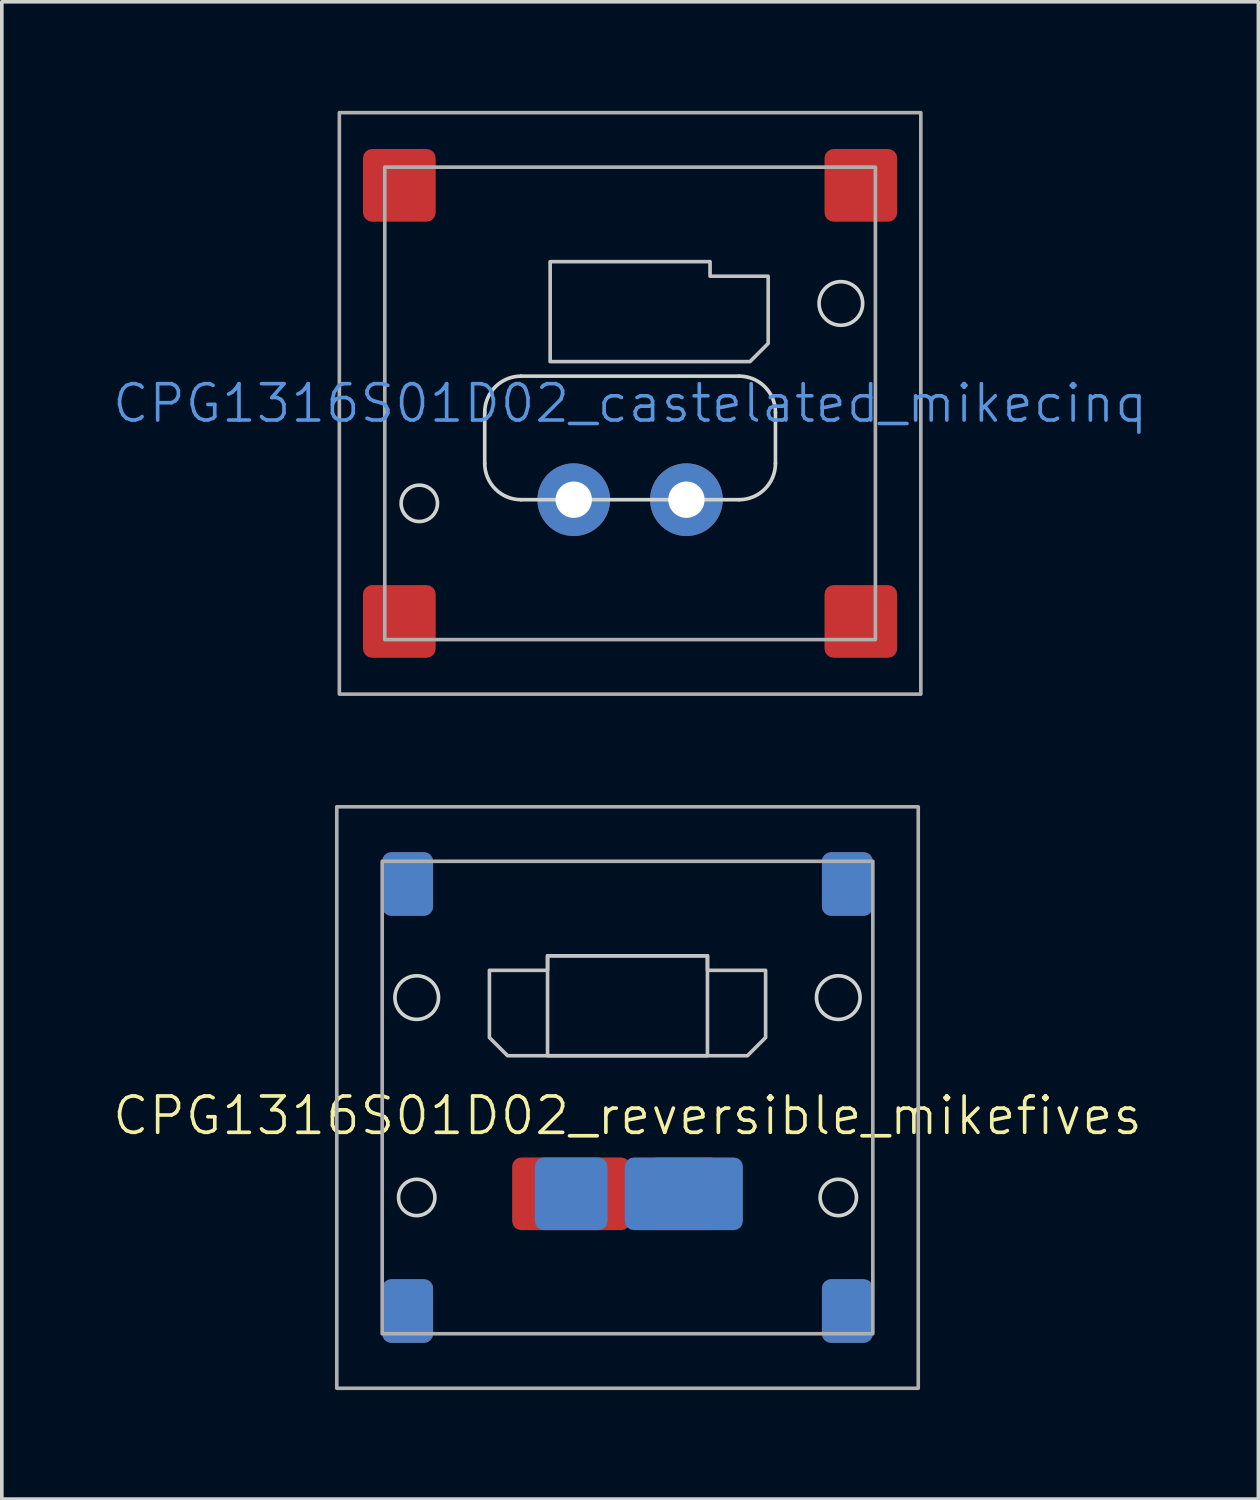
<source format=kicad_pcb>
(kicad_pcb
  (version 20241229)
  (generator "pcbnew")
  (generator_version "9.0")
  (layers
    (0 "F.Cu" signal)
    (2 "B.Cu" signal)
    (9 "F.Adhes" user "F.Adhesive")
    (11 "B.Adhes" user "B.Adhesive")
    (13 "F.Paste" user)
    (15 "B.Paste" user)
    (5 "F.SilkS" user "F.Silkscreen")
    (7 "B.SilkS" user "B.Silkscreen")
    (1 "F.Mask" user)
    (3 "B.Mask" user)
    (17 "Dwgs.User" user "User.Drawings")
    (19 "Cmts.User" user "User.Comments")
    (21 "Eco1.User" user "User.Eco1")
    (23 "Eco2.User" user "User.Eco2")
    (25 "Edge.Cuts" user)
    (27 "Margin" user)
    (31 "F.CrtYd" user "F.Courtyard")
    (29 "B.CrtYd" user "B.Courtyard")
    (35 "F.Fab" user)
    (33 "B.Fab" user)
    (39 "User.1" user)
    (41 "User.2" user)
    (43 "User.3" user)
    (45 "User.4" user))
  (footprint "CPG1316S01D02_castelated_mikecinq"
    (layer "F.Cu")
    (at 14.288 8.05)
    (property "Reference" "CPG1316S01D02_castelated_mikecinq" (at 0 0 0) (unlocked yes) (layer "Cmts.User") (effects (font (size 1 1) (thickness 0.1))))
    (attr smd)
    (fp_poly (pts (xy 3.8 -3.5) (xy 3.8 -1.65) (xy 3.3 -1.15) (xy -2.2 -1.15) (xy -2.2 -3.9) (xy 2.2 -3.9) (xy 2.2 -3.5)) (stroke (width 0.1) (type solid)) (fill no) (layer "Dwgs.User"))
    (fp_line (start -4 1.65) (end -4 0.25) (stroke (width 0.1) (type default)) (layer "Edge.Cuts"))
    (fp_line (start -3 -0.75) (end 3 -0.75) (stroke (width 0.1) (type default)) (layer "Edge.Cuts"))
    (fp_line (start 3 2.65) (end -3 2.65) (stroke (width 0.1) (type default)) (layer "Edge.Cuts"))
    (fp_line (start 4 0.25) (end 4 1.65) (stroke (width 0.1) (type default)) (layer "Edge.Cuts"))
    (fp_arc (start -4 0.25) (mid -3.707107 -0.457107) (end -3 -0.75) (stroke (width 0.1) (type default)) (layer "Edge.Cuts"))
    (fp_arc (start -3 2.65) (mid -3.707107 2.357107) (end -4 1.65) (stroke (width 0.1) (type default)) (layer "Edge.Cuts"))
    (fp_arc (start 3 -0.75) (mid 3.707107 -0.457107) (end 4 0.25) (stroke (width 0.1) (type default)) (layer "Edge.Cuts"))
    (fp_arc (start 4 1.65) (mid 3.707107 2.357107) (end 3 2.65) (stroke (width 0.1) (type default)) (layer "Edge.Cuts"))
    (fp_circle (center -5.8 2.75) (end -5.3 2.75) (stroke (width 0.1) (type default)) (fill no) (layer "Edge.Cuts"))
    (fp_circle (center 5.8 -2.75) (end 6.4 -2.75) (stroke (width 0.1) (type default)) (fill no) (layer "Edge.Cuts"))
    (fp_rect (start -8 8) (end 8 -8) (stroke (width 0.1) (type default)) (fill no) (layer "F.Fab"))
    (fp_rect (start -6.75 -6.5) (end 6.75 6.5) (stroke (width 0.1) (type default)) (fill no) (layer "F.Fab"))
    (pad "1" thru_hole circle (at -1.55 2.65) (size 2 2) (drill 1) (property pad_prop_castellated) (layers "*.Cu" "*.Paste" "*.Mask"))
    (pad "2" thru_hole circle (at 1.55 2.65) (size 2 2) (drill 1) (property pad_prop_castellated) (layers "*.Cu" "*.Paste" "*.Mask"))
    (pad "3" smd roundrect (at -6.35 -6) (size 2 2) (layers "F.Cu" "F.Mask" "F.Paste") (roundrect_rratio 0.125))
    (pad "3" smd roundrect (at -6.35 6) (size 2 2) (layers "F.Cu" "F.Mask" "F.Paste") (roundrect_rratio 0.125))
    (pad "3" smd roundrect (at 6.35 -6) (size 2 2) (layers "F.Cu" "F.Mask" "F.Paste") (roundrect_rratio 0.125))
    (pad "3" smd roundrect (at 6.35 6) (size 2 2) (layers "F.Cu" "F.Mask" "F.Paste") (roundrect_rratio 0.125)))
  (footprint "CPG1316S01D02_reversible_mikefives"
    (layer "F.Cu")
    (at 14.217 27.15)
    (property "Reference" "CPG1316S01D02_reversible_mikefives" (at 0 0.5 0) (unlocked yes) (layer "F.SilkS") (effects (font (size 1 1) (thickness 0.1))))
    (attr smd)
    (fp_poly (pts (xy -3.8 -3.5) (xy -3.8 -1.65) (xy -3.3 -1.15) (xy 2.2 -1.15) (xy 2.2 -3.9) (xy -2.2 -3.9) (xy -2.2 -3.5)) (stroke (width 0.1) (type solid)) (fill no) (layer "Dwgs.User"))
    (fp_poly (pts (xy 3.8 -3.5) (xy 3.8 -1.65) (xy 3.3 -1.15) (xy -2.2 -1.15) (xy -2.2 -3.9) (xy 2.2 -3.9) (xy 2.2 -3.5)) (stroke (width 0.1) (type solid)) (fill no) (layer "Dwgs.User"))
    (fp_circle (center -5.8 -2.75) (end -5.2 -2.75) (stroke (width 0.1) (type default)) (fill no) (layer "Edge.Cuts"))
    (fp_circle (center -5.8 2.75) (end -5.3 2.75) (stroke (width 0.1) (type default)) (fill no) (layer "Edge.Cuts"))
    (fp_circle (center 5.8 -2.75) (end 6.4 -2.75) (stroke (width 0.1) (type default)) (fill no) (layer "Edge.Cuts"))
    (fp_circle (center 5.8 2.75) (end 6.3 2.75) (stroke (width 0.1) (type default)) (fill no) (layer "Edge.Cuts"))
    (fp_rect (start -8 8) (end 8 -8) (stroke (width 0.1) (type default)) (fill no) (layer "F.Fab"))
    (fp_rect (start -6.75 -6.5) (end 6.75 6.5) (stroke (width 0.1) (type default)) (fill no) (layer "F.Fab"))
    (pad "1" smd roundrect (at -1.55 2.65) (size 2 2) (layers "B.Cu" "B.Mask" "B.Paste") (roundrect_rratio 0.125))
    (pad "1" smd roundrect (at -1.55 2.65) (size 3.25 2) (layers "F.Cu" "F.Mask" "F.Paste") (roundrect_rratio 0.125))
    (pad "2" smd roundrect (at 1.55 2.65) (size 2 2) (layers "F.Cu" "F.Mask" "F.Paste") (roundrect_rratio 0.125))
    (pad "2" smd roundrect (at 1.55 2.65) (size 3.25 2) (layers "B.Cu" "B.Mask" "B.Paste") (roundrect_rratio 0.125))
    (pad "3" smd roundrect (at -6.05 -5.875) (size 1.4 1.75) (layers "F.Cu" "F.Mask" "F.Paste") (roundrect_rratio 0.179))
    (pad "3" smd roundrect (at -6.05 -5.875) (size 1.4 1.75) (layers "B.Cu" "B.Mask" "B.Paste") (roundrect_rratio 0.179))
    (pad "3" smd roundrect (at -6.05 5.875) (size 1.4 1.75) (layers "F.Cu" "F.Mask" "F.Paste") (roundrect_rratio 0.179))
    (pad "3" smd roundrect (at -6.05 5.875) (size 1.4 1.75) (layers "B.Cu" "B.Mask" "B.Paste") (roundrect_rratio 0.179))
    (pad "3" smd roundrect (at 6.05 -5.875) (size 1.4 1.75) (layers "F.Cu" "F.Mask" "F.Paste") (roundrect_rratio 0.179))
    (pad "3" smd roundrect (at 6.05 -5.875) (size 1.4 1.75) (layers "B.Cu" "B.Mask" "B.Paste") (roundrect_rratio 0.179))
    (pad "3" smd roundrect (at 6.05 5.875) (size 1.4 1.75) (layers "F.Cu" "F.Mask" "F.Paste") (roundrect_rratio 0.179))
    (pad "3" smd roundrect (at 6.05 5.875) (size 1.4 1.75) (layers "B.Cu" "B.Mask" "B.Paste") (roundrect_rratio 0.179)))
  (gr_rect
    (start -3 -3)
    (end 31.576 38.2)
    (stroke (width 0.1) (type default))
    (fill no)
    (layer "Edge.Cuts")))
</source>
